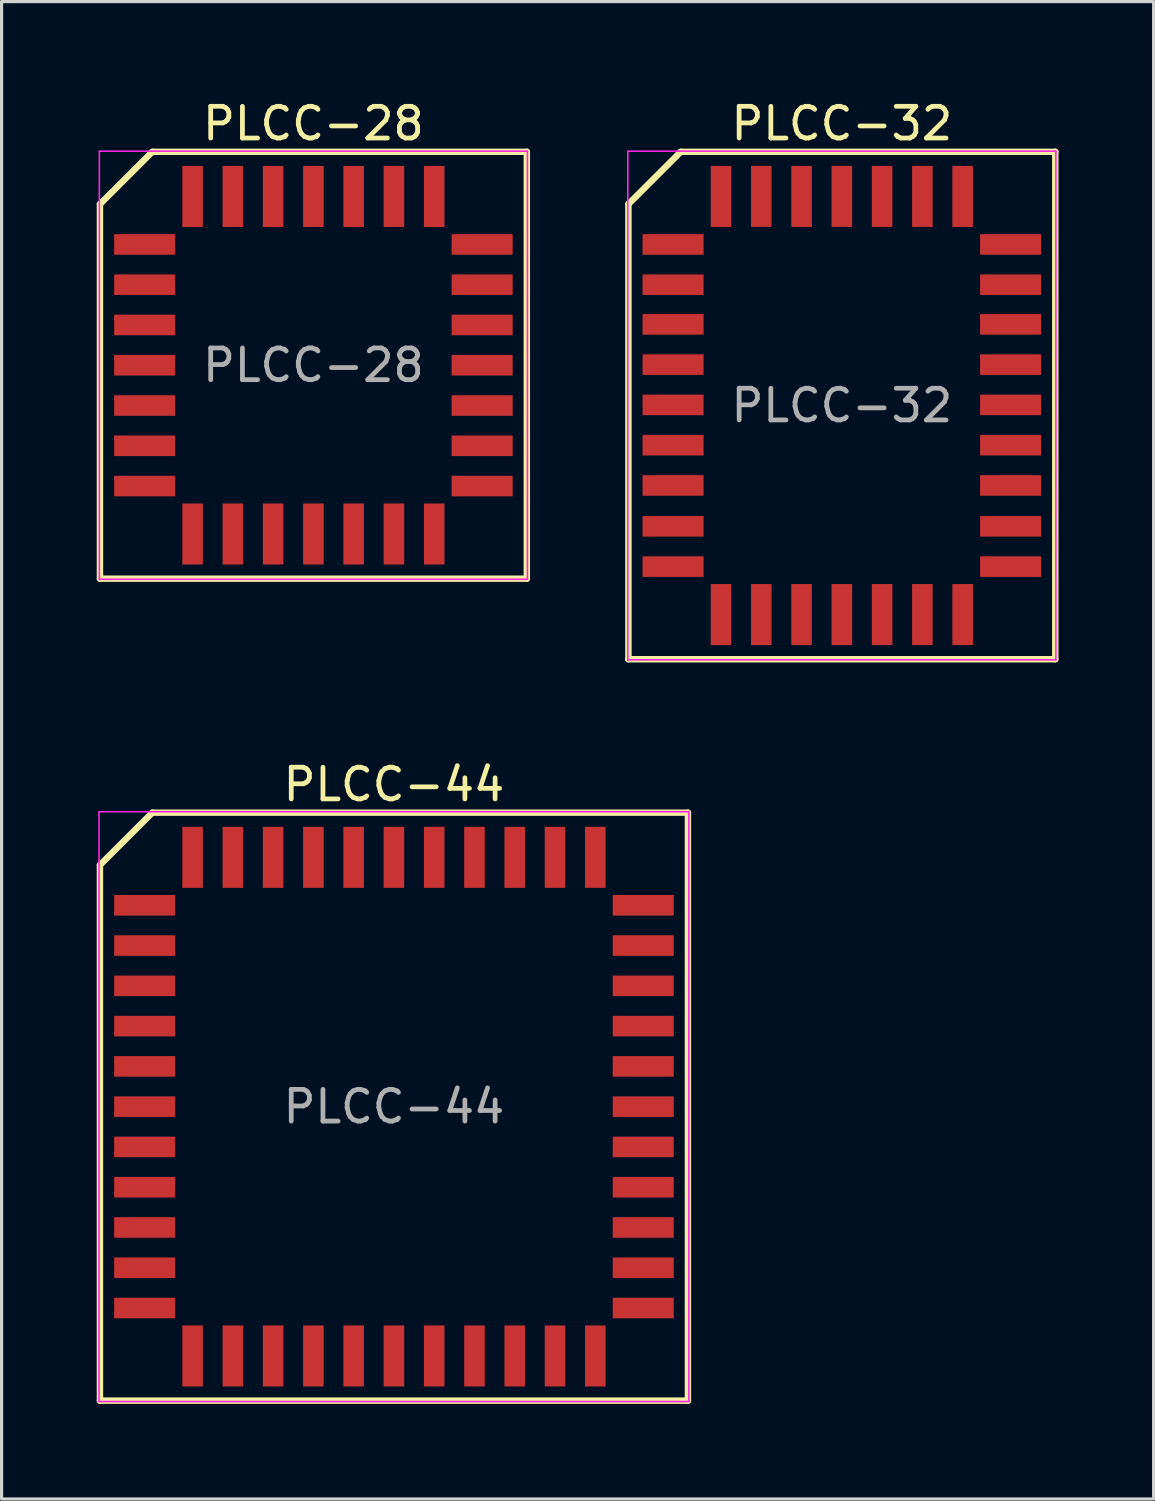
<source format=kicad_pcb>
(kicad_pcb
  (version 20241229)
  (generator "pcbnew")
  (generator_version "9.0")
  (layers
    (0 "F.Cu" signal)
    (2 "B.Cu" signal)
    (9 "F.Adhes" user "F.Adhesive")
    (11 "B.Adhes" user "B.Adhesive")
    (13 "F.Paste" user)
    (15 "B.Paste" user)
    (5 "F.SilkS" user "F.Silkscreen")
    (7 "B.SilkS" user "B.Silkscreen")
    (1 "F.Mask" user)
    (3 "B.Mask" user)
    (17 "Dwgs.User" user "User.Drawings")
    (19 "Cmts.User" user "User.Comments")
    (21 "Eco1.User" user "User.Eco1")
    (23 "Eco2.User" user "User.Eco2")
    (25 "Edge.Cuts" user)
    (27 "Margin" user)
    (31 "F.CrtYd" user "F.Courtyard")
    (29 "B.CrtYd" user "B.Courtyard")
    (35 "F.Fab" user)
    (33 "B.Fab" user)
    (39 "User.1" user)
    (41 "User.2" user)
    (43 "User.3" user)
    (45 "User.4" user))
  (footprint "PLCC-32"
    (layer "F.Cu")
    (at 23.498 9.738)
    (property "Reference" "PLCC-32" (at 0 -8.89 0) (unlocked yes) (layer "F.SilkS") (effects (font (size 1 1) (thickness 0.15))))
    (attr smd)
    (fp_line (start -6.731 -6.35) (end -6.731 8.001) (stroke (width 0.203) (type solid)) (layer "F.SilkS"))
    (fp_line (start -6.731 8.001) (end 6.731 8.001) (stroke (width 0.203) (type solid)) (layer "F.SilkS"))
    (fp_line (start -5.08 -8.001) (end -6.731 -6.35) (stroke (width 0.203) (type solid)) (layer "F.SilkS"))
    (fp_line (start 6.731 -8.001) (end -5.08 -8.001) (stroke (width 0.203) (type solid)) (layer "F.SilkS"))
    (fp_line (start 6.731 8.001) (end 6.731 -8.001) (stroke (width 0.203) (type solid)) (layer "F.SilkS"))
    (fp_line (start -6.75 -8.02) (end -6.75 8.02) (stroke (width 0.05) (type solid)) (layer "F.CrtYd"))
    (fp_line (start -6.75 8.02) (end 6.75 8.02) (stroke (width 0.05) (type solid)) (layer "F.CrtYd"))
    (fp_line (start 6.75 -8.02) (end -6.75 -8.02) (stroke (width 0.05) (type solid)) (layer "F.CrtYd"))
    (fp_line (start 6.75 8.02) (end 6.75 -8.02) (stroke (width 0.05) (type solid)) (layer "F.CrtYd"))
    (fp_text user "${REFERENCE}" (at 0 0 0) (unlocked yes) (layer "F.Fab") (effects (font (size 1 1) (thickness 0.15))))
    (pad "1" smd rect (at 0 -6.593) (size 0.649 1.925) (layers "F.Cu" "F.Mask" "F.Paste"))
    (pad "2" smd rect (at -1.27 -6.593) (size 0.649 1.925) (layers "F.Cu" "F.Mask" "F.Paste"))
    (pad "3" smd rect (at -2.54 -6.593) (size 0.649 1.925) (layers "F.Cu" "F.Mask" "F.Paste"))
    (pad "4" smd rect (at -3.81 -6.593) (size 0.649 1.925) (layers "F.Cu" "F.Mask" "F.Paste"))
    (pad "5" smd rect (at -5.322 -5.08 90) (size 0.649 1.925) (layers "F.Cu" "F.Mask" "F.Paste"))
    (pad "6" smd rect (at -5.322 -3.81 90) (size 0.649 1.925) (layers "F.Cu" "F.Mask" "F.Paste"))
    (pad "7" smd rect (at -5.322 -2.559 90) (size 0.649 1.925) (layers "F.Cu" "F.Mask" "F.Paste"))
    (pad "8" smd rect (at -5.322 -1.289 90) (size 0.649 1.925) (layers "F.Cu" "F.Mask" "F.Paste"))
    (pad "9" smd rect (at -5.322 -0.019 90) (size 0.649 1.925) (layers "F.Cu" "F.Mask" "F.Paste"))
    (pad "10" smd rect (at -5.322 1.251 90) (size 0.649 1.925) (layers "F.Cu" "F.Mask" "F.Paste"))
    (pad "11" smd rect (at -5.322 2.521 90) (size 0.649 1.925) (layers "F.Cu" "F.Mask" "F.Paste"))
    (pad "12" smd rect (at -5.322 3.81 90) (size 0.649 1.925) (layers "F.Cu" "F.Mask" "F.Paste"))
    (pad "13" smd rect (at -5.322 5.08 90) (size 0.649 1.925) (layers "F.Cu" "F.Mask" "F.Paste"))
    (pad "14" smd rect (at -3.81 6.593) (size 0.649 1.925) (layers "F.Cu" "F.Mask" "F.Paste"))
    (pad "15" smd rect (at -2.54 6.593) (size 0.649 1.925) (layers "F.Cu" "F.Mask" "F.Paste"))
    (pad "16" smd rect (at -1.27 6.593) (size 0.649 1.925) (layers "F.Cu" "F.Mask" "F.Paste"))
    (pad "17" smd rect (at 0 6.593) (size 0.649 1.925) (layers "F.Cu" "F.Mask" "F.Paste"))
    (pad "18" smd rect (at 1.27 6.593) (size 0.649 1.925) (layers "F.Cu" "F.Mask" "F.Paste"))
    (pad "19" smd rect (at 2.54 6.593) (size 0.649 1.925) (layers "F.Cu" "F.Mask" "F.Paste"))
    (pad "20" smd rect (at 3.81 6.593) (size 0.649 1.925) (layers "F.Cu" "F.Mask" "F.Paste"))
    (pad "21" smd rect (at 5.322 5.08 90) (size 0.649 1.925) (layers "F.Cu" "F.Mask" "F.Paste"))
    (pad "22" smd rect (at 5.322 3.81 90) (size 0.649 1.925) (layers "F.Cu" "F.Mask" "F.Paste"))
    (pad "23" smd rect (at 5.322 2.521 90) (size 0.649 1.925) (layers "F.Cu" "F.Mask" "F.Paste"))
    (pad "24" smd rect (at 5.322 1.251 90) (size 0.649 1.925) (layers "F.Cu" "F.Mask" "F.Paste"))
    (pad "25" smd rect (at 5.322 -0.019 90) (size 0.649 1.925) (layers "F.Cu" "F.Mask" "F.Paste"))
    (pad "26" smd rect (at 5.322 -1.289 90) (size 0.649 1.925) (layers "F.Cu" "F.Mask" "F.Paste"))
    (pad "27" smd rect (at 5.322 -2.559 90) (size 0.649 1.925) (layers "F.Cu" "F.Mask" "F.Paste"))
    (pad "28" smd rect (at 5.322 -3.81 90) (size 0.649 1.925) (layers "F.Cu" "F.Mask" "F.Paste"))
    (pad "29" smd rect (at 5.322 -5.08 90) (size 0.649 1.925) (layers "F.Cu" "F.Mask" "F.Paste"))
    (pad "30" smd rect (at 3.81 -6.593) (size 0.649 1.925) (layers "F.Cu" "F.Mask" "F.Paste"))
    (pad "31" smd rect (at 2.54 -6.593) (size 0.649 1.925) (layers "F.Cu" "F.Mask" "F.Paste"))
    (pad "32" smd rect (at 1.27 -6.593) (size 0.649 1.925) (layers "F.Cu" "F.Mask" "F.Paste")))
  (footprint "PLCC-44"
    (layer "F.Cu")
    (at 9.373 31.849)
    (property "Reference" "PLCC-44" (at 0 -10.16 0) (layer "F.SilkS") (effects (font (size 1 1) (thickness 0.15))))
    (attr smd)
    (fp_line (start -9.271 -7.62) (end -9.271 9.271) (stroke (width 0.203) (type solid)) (layer "F.SilkS"))
    (fp_line (start -9.271 9.271) (end 9.271 9.271) (stroke (width 0.203) (type solid)) (layer "F.SilkS"))
    (fp_line (start -7.62 -9.271) (end -9.271 -7.62) (stroke (width 0.203) (type solid)) (layer "F.SilkS"))
    (fp_line (start 9.271 -9.271) (end -7.62 -9.271) (stroke (width 0.203) (type solid)) (layer "F.SilkS"))
    (fp_line (start 9.271 9.271) (end 9.271 -9.271) (stroke (width 0.203) (type solid)) (layer "F.SilkS"))
    (fp_line (start -9.3 -9.3) (end -9.3 9.3) (stroke (width 0.05) (type solid)) (layer "F.CrtYd"))
    (fp_line (start -9.3 9.3) (end 9.3 9.3) (stroke (width 0.05) (type solid)) (layer "F.CrtYd"))
    (fp_line (start 9.3 -9.3) (end -9.3 -9.3) (stroke (width 0.05) (type solid)) (layer "F.CrtYd"))
    (fp_line (start 9.3 9.3) (end 9.3 -9.3) (stroke (width 0.05) (type solid)) (layer "F.CrtYd"))
    (fp_text user "${REFERENCE}" (at 0 0 0) (layer "F.Fab") (effects (font (size 1 1) (thickness 0.15))))
    (pad "1" smd rect (at 0 -7.862) (size 0.649 1.925) (layers "F.Cu" "F.Mask" "F.Paste"))
    (pad "2" smd rect (at -1.27 -7.862) (size 0.649 1.925) (layers "F.Cu" "F.Mask" "F.Paste"))
    (pad "3" smd rect (at -2.54 -7.862) (size 0.649 1.925) (layers "F.Cu" "F.Mask" "F.Paste"))
    (pad "4" smd rect (at -3.81 -7.862) (size 0.649 1.925) (layers "F.Cu" "F.Mask" "F.Paste"))
    (pad "5" smd rect (at -5.08 -7.862) (size 0.649 1.925) (layers "F.Cu" "F.Mask" "F.Paste"))
    (pad "6" smd rect (at -6.35 -7.862) (size 0.649 1.925) (layers "F.Cu" "F.Mask" "F.Paste"))
    (pad "7" smd rect (at -7.862 -6.35 90) (size 0.649 1.925) (layers "F.Cu" "F.Mask" "F.Paste"))
    (pad "8" smd rect (at -7.862 -5.08 90) (size 0.649 1.925) (layers "F.Cu" "F.Mask" "F.Paste"))
    (pad "9" smd rect (at -7.862 -3.81 90) (size 0.649 1.925) (layers "F.Cu" "F.Mask" "F.Paste"))
    (pad "10" smd rect (at -7.862 -2.54 90) (size 0.649 1.925) (layers "F.Cu" "F.Mask" "F.Paste"))
    (pad "11" smd rect (at -7.862 -1.27 90) (size 0.649 1.925) (layers "F.Cu" "F.Mask" "F.Paste"))
    (pad "12" smd rect (at -7.862 0 90) (size 0.649 1.925) (layers "F.Cu" "F.Mask" "F.Paste"))
    (pad "13" smd rect (at -7.862 1.27 90) (size 0.649 1.925) (layers "F.Cu" "F.Mask" "F.Paste"))
    (pad "14" smd rect (at -7.862 2.54 90) (size 0.649 1.925) (layers "F.Cu" "F.Mask" "F.Paste"))
    (pad "15" smd rect (at -7.862 3.81 90) (size 0.649 1.925) (layers "F.Cu" "F.Mask" "F.Paste"))
    (pad "16" smd rect (at -7.862 5.08 90) (size 0.649 1.925) (layers "F.Cu" "F.Mask" "F.Paste"))
    (pad "17" smd rect (at -7.862 6.35 90) (size 0.649 1.925) (layers "F.Cu" "F.Mask" "F.Paste"))
    (pad "18" smd rect (at -6.35 7.862) (size 0.649 1.925) (layers "F.Cu" "F.Mask" "F.Paste"))
    (pad "19" smd rect (at -5.08 7.862) (size 0.649 1.925) (layers "F.Cu" "F.Mask" "F.Paste"))
    (pad "20" smd rect (at -3.81 7.862) (size 0.649 1.925) (layers "F.Cu" "F.Mask" "F.Paste"))
    (pad "21" smd rect (at -2.54 7.862) (size 0.649 1.925) (layers "F.Cu" "F.Mask" "F.Paste"))
    (pad "22" smd rect (at -1.27 7.862) (size 0.649 1.925) (layers "F.Cu" "F.Mask" "F.Paste"))
    (pad "23" smd rect (at 0 7.862) (size 0.649 1.925) (layers "F.Cu" "F.Mask" "F.Paste"))
    (pad "24" smd rect (at 1.27 7.862) (size 0.649 1.925) (layers "F.Cu" "F.Mask" "F.Paste"))
    (pad "25" smd rect (at 2.54 7.862) (size 0.649 1.925) (layers "F.Cu" "F.Mask" "F.Paste"))
    (pad "26" smd rect (at 3.81 7.862) (size 0.649 1.925) (layers "F.Cu" "F.Mask" "F.Paste"))
    (pad "27" smd rect (at 5.08 7.862) (size 0.649 1.925) (layers "F.Cu" "F.Mask" "F.Paste"))
    (pad "28" smd rect (at 6.35 7.862) (size 0.649 1.925) (layers "F.Cu" "F.Mask" "F.Paste"))
    (pad "29" smd rect (at 7.862 6.35 90) (size 0.649 1.925) (layers "F.Cu" "F.Mask" "F.Paste"))
    (pad "30" smd rect (at 7.862 5.08 90) (size 0.649 1.925) (layers "F.Cu" "F.Mask" "F.Paste"))
    (pad "31" smd rect (at 7.862 3.81 90) (size 0.649 1.925) (layers "F.Cu" "F.Mask" "F.Paste"))
    (pad "32" smd rect (at 7.862 2.54 90) (size 0.649 1.925) (layers "F.Cu" "F.Mask" "F.Paste"))
    (pad "33" smd rect (at 7.862 1.27 90) (size 0.649 1.925) (layers "F.Cu" "F.Mask" "F.Paste"))
    (pad "34" smd rect (at 7.862 0 90) (size 0.649 1.925) (layers "F.Cu" "F.Mask" "F.Paste"))
    (pad "35" smd rect (at 7.862 -1.27 90) (size 0.649 1.925) (layers "F.Cu" "F.Mask" "F.Paste"))
    (pad "36" smd rect (at 7.862 -2.54 90) (size 0.649 1.925) (layers "F.Cu" "F.Mask" "F.Paste"))
    (pad "37" smd rect (at 7.862 -3.81 90) (size 0.649 1.925) (layers "F.Cu" "F.Mask" "F.Paste"))
    (pad "38" smd rect (at 7.862 -5.08 90) (size 0.649 1.925) (layers "F.Cu" "F.Mask" "F.Paste"))
    (pad "39" smd rect (at 7.862 -6.35 90) (size 0.649 1.925) (layers "F.Cu" "F.Mask" "F.Paste"))
    (pad "40" smd rect (at 6.35 -7.862) (size 0.649 1.925) (layers "F.Cu" "F.Mask" "F.Paste"))
    (pad "41" smd rect (at 5.08 -7.862) (size 0.649 1.925) (layers "F.Cu" "F.Mask" "F.Paste"))
    (pad "42" smd rect (at 3.81 -7.862) (size 0.649 1.925) (layers "F.Cu" "F.Mask" "F.Paste"))
    (pad "43" smd rect (at 2.54 -7.862) (size 0.649 1.925) (layers "F.Cu" "F.Mask" "F.Paste"))
    (pad "44" smd rect (at 1.27 -7.862) (size 0.649 1.925) (layers "F.Cu" "F.Mask" "F.Paste")))
  (footprint "PLCC-28"
    (layer "F.Cu")
    (at 6.833 8.468)
    (property "Reference" "PLCC-28" (at 0 -7.62 0) (layer "F.SilkS") (effects (font (size 1 1) (thickness 0.15))))
    (attr smd)
    (fp_line (start -6.731 -5.08) (end -6.731 6.731) (stroke (width 0.203) (type solid)) (layer "F.SilkS"))
    (fp_line (start -6.731 6.731) (end 6.731 6.731) (stroke (width 0.203) (type solid)) (layer "F.SilkS"))
    (fp_line (start -5.08 -6.731) (end -6.731 -5.08) (stroke (width 0.203) (type solid)) (layer "F.SilkS"))
    (fp_line (start 6.731 -6.731) (end -5.08 -6.731) (stroke (width 0.203) (type solid)) (layer "F.SilkS"))
    (fp_line (start 6.731 6.731) (end 6.731 -6.731) (stroke (width 0.203) (type solid)) (layer "F.SilkS"))
    (fp_line (start -6.75 -6.75) (end -6.75 6.75) (stroke (width 0.05) (type solid)) (layer "F.CrtYd"))
    (fp_line (start -6.75 6.75) (end 6.75 6.75) (stroke (width 0.05) (type solid)) (layer "F.CrtYd"))
    (fp_line (start 6.75 -6.75) (end -6.75 -6.75) (stroke (width 0.05) (type solid)) (layer "F.CrtYd"))
    (fp_line (start 6.75 6.75) (end 6.75 -6.75) (stroke (width 0.05) (type solid)) (layer "F.CrtYd"))
    (fp_text user "${REFERENCE}" (at 0 0 0) (layer "F.Fab") (effects (font (size 1 1) (thickness 0.15))))
    (pad "1" smd rect (at 0 -5.322) (size 0.649 1.925) (layers "F.Cu" "F.Mask" "F.Paste"))
    (pad "2" smd rect (at -1.27 -5.322) (size 0.649 1.925) (layers "F.Cu" "F.Mask" "F.Paste"))
    (pad "3" smd rect (at -2.54 -5.322) (size 0.649 1.925) (layers "F.Cu" "F.Mask" "F.Paste"))
    (pad "4" smd rect (at -3.81 -5.322) (size 0.649 1.925) (layers "F.Cu" "F.Mask" "F.Paste"))
    (pad "5" smd rect (at -5.322 -3.81 90) (size 0.649 1.925) (layers "F.Cu" "F.Mask" "F.Paste"))
    (pad "6" smd rect (at -5.322 -2.54 90) (size 0.649 1.925) (layers "F.Cu" "F.Mask" "F.Paste"))
    (pad "7" smd rect (at -5.322 -1.27 90) (size 0.649 1.925) (layers "F.Cu" "F.Mask" "F.Paste"))
    (pad "8" smd rect (at -5.322 0 90) (size 0.649 1.925) (layers "F.Cu" "F.Mask" "F.Paste"))
    (pad "9" smd rect (at -5.322 1.27 90) (size 0.649 1.925) (layers "F.Cu" "F.Mask" "F.Paste"))
    (pad "10" smd rect (at -5.322 2.54 90) (size 0.649 1.925) (layers "F.Cu" "F.Mask" "F.Paste"))
    (pad "11" smd rect (at -5.322 3.81 90) (size 0.649 1.925) (layers "F.Cu" "F.Mask" "F.Paste"))
    (pad "12" smd rect (at -3.81 5.322) (size 0.649 1.925) (layers "F.Cu" "F.Mask" "F.Paste"))
    (pad "13" smd rect (at -2.54 5.322) (size 0.649 1.925) (layers "F.Cu" "F.Mask" "F.Paste"))
    (pad "14" smd rect (at -1.27 5.322) (size 0.649 1.925) (layers "F.Cu" "F.Mask" "F.Paste"))
    (pad "15" smd rect (at 0 5.322) (size 0.649 1.925) (layers "F.Cu" "F.Mask" "F.Paste"))
    (pad "16" smd rect (at 1.27 5.322) (size 0.649 1.925) (layers "F.Cu" "F.Mask" "F.Paste"))
    (pad "17" smd rect (at 2.54 5.322) (size 0.649 1.925) (layers "F.Cu" "F.Mask" "F.Paste"))
    (pad "18" smd rect (at 3.81 5.322) (size 0.649 1.925) (layers "F.Cu" "F.Mask" "F.Paste"))
    (pad "19" smd rect (at 5.322 3.81 90) (size 0.649 1.925) (layers "F.Cu" "F.Mask" "F.Paste"))
    (pad "20" smd rect (at 5.322 2.54 90) (size 0.649 1.925) (layers "F.Cu" "F.Mask" "F.Paste"))
    (pad "21" smd rect (at 5.322 1.27 90) (size 0.649 1.925) (layers "F.Cu" "F.Mask" "F.Paste"))
    (pad "22" smd rect (at 5.322 0 90) (size 0.649 1.925) (layers "F.Cu" "F.Mask" "F.Paste"))
    (pad "23" smd rect (at 5.322 -1.27 90) (size 0.649 1.925) (layers "F.Cu" "F.Mask" "F.Paste"))
    (pad "24" smd rect (at 5.322 -2.54 90) (size 0.649 1.925) (layers "F.Cu" "F.Mask" "F.Paste"))
    (pad "25" smd rect (at 5.322 -3.81 90) (size 0.649 1.925) (layers "F.Cu" "F.Mask" "F.Paste"))
    (pad "26" smd rect (at 3.81 -5.322) (size 0.649 1.925) (layers "F.Cu" "F.Mask" "F.Paste"))
    (pad "27" smd rect (at 2.54 -5.322) (size 0.649 1.925) (layers "F.Cu" "F.Mask" "F.Paste"))
    (pad "28" smd rect (at 1.27 -5.322) (size 0.649 1.925) (layers "F.Cu" "F.Mask" "F.Paste")))
  (gr_rect
    (start -3 -3)
    (end 33.33 44.222)
    (stroke (width 0.1) (type default))
    (fill no)
    (layer "Edge.Cuts")))
</source>
